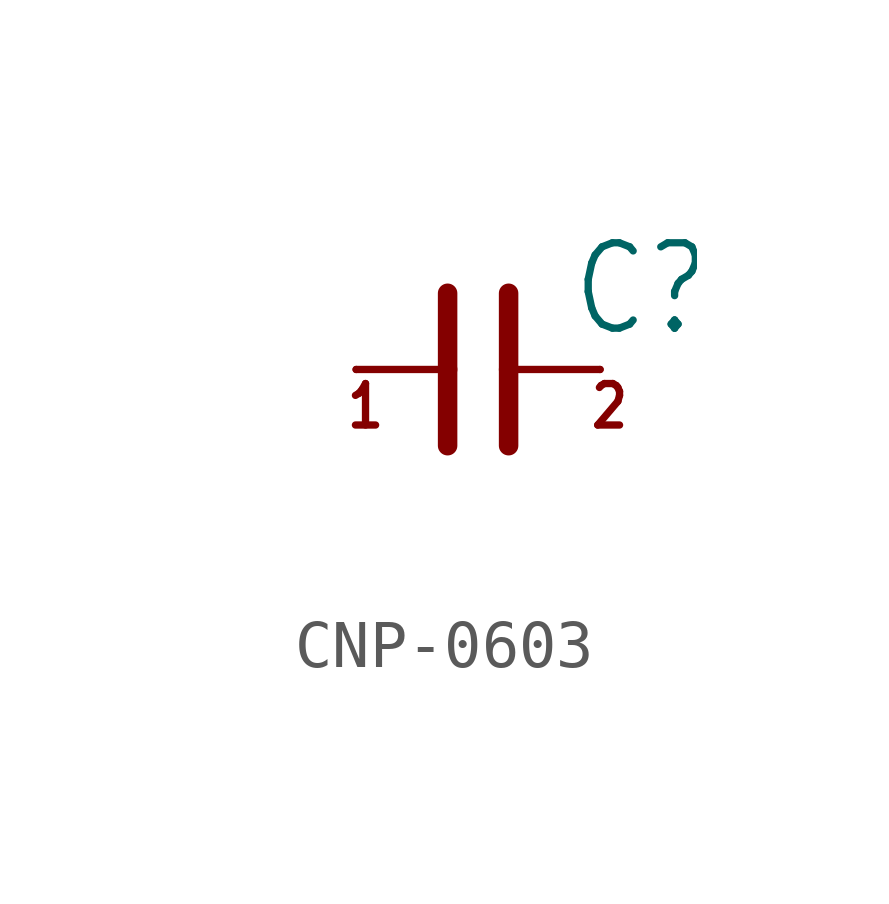
<source format=kicad_sym>
(kicad_symbol_lib
  (version 20241209)
  (generator "kicad_symbol_editor")
  (generator_version "9.0")
  (symbol "CNP-0603"
    (property "Reference" "C"
      (at 1.905 0.635 0)
      (effects (font (size 1.778 1.511)) (justify left bottom)))
    (property "Value" ""
      (at -5.08 -4.128 0)
      (effects (font (size 1.778 1.511)) (justify left bottom)))
    (property "ki_locked" ""
      (at 0 0 0)
      (effects (font (size 1.27 1.27))))
    (symbol "CNP-0603_1_0"
      (polyline (pts (xy -2.54 0) (xy -0.635 0)) (stroke (width 0.152) (type solid)) (fill (type none)))
      (polyline (pts (xy -0.635 1.587) (xy -0.635 0)) (stroke (width 0.406) (type solid)) (fill (type none)))
      (polyline (pts (xy -0.635 0) (xy -0.635 -1.587)) (stroke (width 0.406) (type solid)) (fill (type none)))
      (polyline (pts (xy 0.635 1.587) (xy 0.635 0)) (stroke (width 0.406) (type solid)) (fill (type none)))
      (polyline (pts (xy 0.635 0) (xy 0.635 -1.587)) (stroke (width 0.406) (type solid)) (fill (type none)))
      (polyline (pts (xy 2.54 0) (xy 0.635 0)) (stroke (width 0.152) (type solid)) (fill (type none)))
      (text "1" (at -2.794 -1.27 0) (effects (font (size 0.864 0.734)) (justify left bottom)))
      (text "2" (at 2.286 -1.27 0) (effects (font (size 0.864 0.734)) (justify left bottom)))
      (pin passive line (at -2.54 0 0) (length 0) (name "1" (effects (font (size 0 0)))) (number "1" (effects (font (size 0 0)))))
      (pin passive line (at 2.54 0 180) (length 0) (name "2" (effects (font (size 0 0)))) (number "2" (effects (font (size 0 0))))))))
</source>
